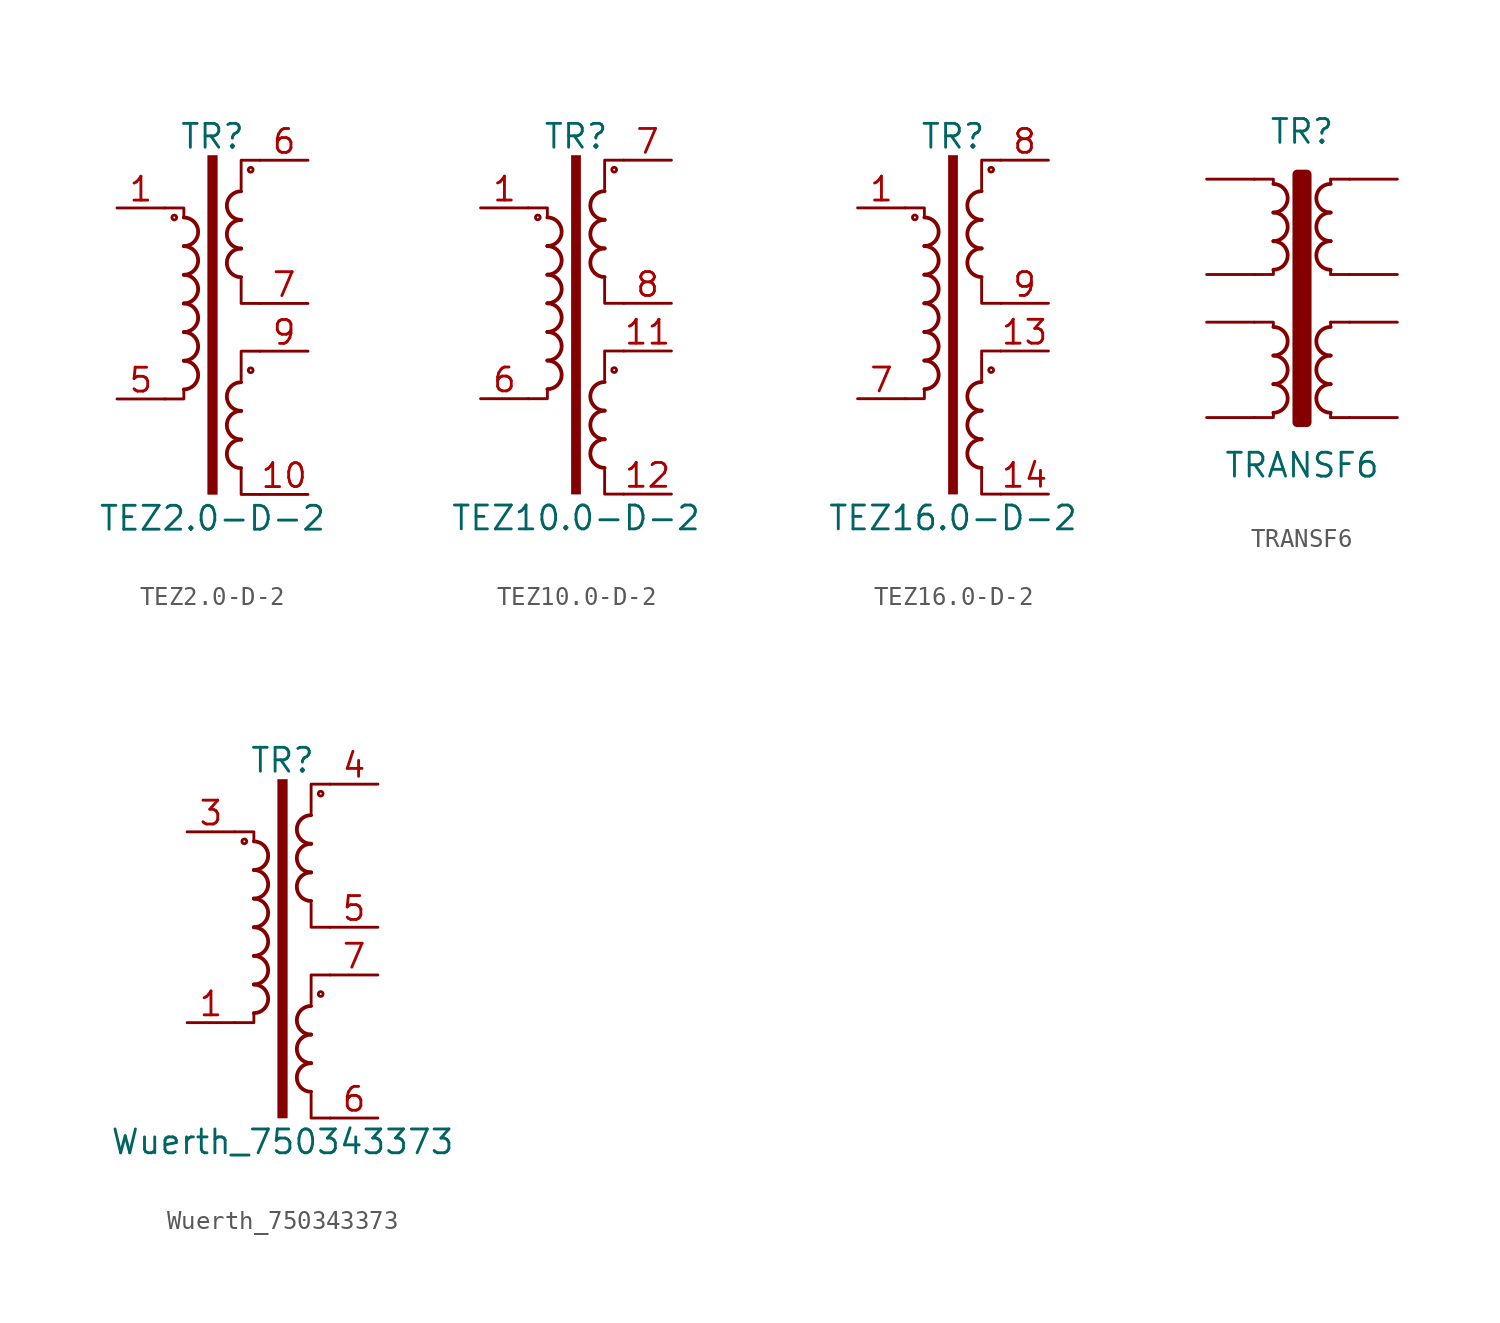
<source format=kicad_sym>
(kicad_symbol_lib
  (version 20241209)
  (generator "kicad_symbol_editor")
  (generator_version "9.0")
  (symbol "TEZ2.0-D-2"
    (pin_names
      (offset 0.025))
    (property "Reference" "TR"
      (at 0 8.89 0)
      (effects (font (size 1.27 1.27))))
    (property "Value" "TEZ2.0-D-2"
      (at 0 -11.43 0)
      (effects (font (size 1.27 1.27))))
    (symbol "TEZ2.0-D-2_0_1"
      (circle (center -2.032 4.572) (radius 0.127) (stroke (width 0) (type default)) (fill (type none)))
      (arc (start -1.524 4.572) (mid -0.7653 3.81) (end -1.524 3.048) (stroke (width 0.2032) (type default)) (fill (type none)))
      (arc (start -1.524 3.048) (mid -0.7653 2.286) (end -1.524 1.524) (stroke (width 0.2032) (type default)) (fill (type none)))
      (arc (start -1.524 1.524) (mid -0.7653 0.762) (end -1.524 0) (stroke (width 0.2032) (type default)) (fill (type none)))
      (arc (start -1.524 0) (mid -0.7653 -0.762) (end -1.524 -1.524) (stroke (width 0.2032) (type default)) (fill (type none)))
      (arc (start -1.524 -1.524) (mid -0.7653 -2.286) (end -1.524 -3.048) (stroke (width 0.2032) (type default)) (fill (type none)))
      (arc (start -1.524 -3.048) (mid -0.7653 -3.81) (end -1.524 -4.572) (stroke (width 0.2032) (type default)) (fill (type none)))
      (polyline (pts (xy -1.524 4.572) (xy -1.524 5.08) (xy -2.54 5.08)) (stroke (width 0) (type default)) (fill (type none)))
      (polyline (pts (xy -1.524 -4.572) (xy -1.524 -5.08) (xy -2.54 -5.08)) (stroke (width 0) (type default)) (fill (type none)))
      (rectangle (start -0.254 7.874) (end 0.254 -10.16) (stroke (width 0.025) (type default)) (fill (type outline)))
      (polyline (pts (xy 1.524 -8.89) (xy 1.524 -10.16) (xy 2.54 -10.16)) (stroke (width 0) (type default)) (fill (type none)))
      (arc (start 1.524 4.445) (mid 0.7653 5.207) (end 1.524 5.969) (stroke (width 0.2032) (type default)) (fill (type none)))
      (arc (start 1.524 2.921) (mid 0.7653 3.683) (end 1.524 4.445) (stroke (width 0.2032) (type default)) (fill (type none)))
      (arc (start 1.524 1.397) (mid 0.7653 2.159) (end 1.524 2.921) (stroke (width 0.2032) (type default)) (fill (type none)))
      (arc (start 1.524 -5.715) (mid 0.7653 -4.953) (end 1.524 -4.191) (stroke (width 0.2032) (type default)) (fill (type none)))
      (arc (start 1.524 -7.239) (mid 0.7653 -6.477) (end 1.524 -5.715) (stroke (width 0.2032) (type default)) (fill (type none)))
      (arc (start 1.524 -8.763) (mid 0.7653 -8.001) (end 1.524 -7.239) (stroke (width 0.2032) (type default)) (fill (type none)))
      (circle (center 2.032 7.112) (radius 0.127) (stroke (width 0) (type default)) (fill (type none)))
      (circle (center 2.032 -3.556) (radius 0.127) (stroke (width 0) (type default)) (fill (type none)))
      (polyline (pts (xy 2.54 7.62) (xy 1.524 7.62) (xy 1.524 6.096)) (stroke (width 0) (type default)) (fill (type none)))
      (polyline (pts (xy 2.54 0) (xy 1.524 0) (xy 1.524 1.27)) (stroke (width 0) (type default)) (fill (type none)))
      (polyline (pts (xy 2.54 -2.54) (xy 1.524 -2.54) (xy 1.524 -4.064)) (stroke (width 0) (type default)) (fill (type none))))
    (symbol "TEZ2.0-D-2_1_1"
      (pin passive line (at -5.08 5.08 0) (length 2.54) (name "~" (effects (font (size 1.27 1.27)))) (number "1" (effects (font (size 1.27 1.27)))))
      (pin passive line (at -5.08 -5.08 0) (length 2.54) (name "~" (effects (font (size 1.27 1.27)))) (number "5" (effects (font (size 1.27 1.27)))))
      (pin passive line (at 5.08 7.62 180) (length 2.54) (name "~" (effects (font (size 1.27 1.27)))) (number "6" (effects (font (size 1.27 1.27)))))
      (pin passive line (at 5.08 0 180) (length 2.54) (name "~" (effects (font (size 1.27 1.27)))) (number "7" (effects (font (size 1.27 1.27)))))
      (pin passive line (at 5.08 -2.54 180) (length 2.54) (name "~" (effects (font (size 1.27 1.27)))) (number "9" (effects (font (size 1.27 1.27)))))
      (pin passive line (at 5.08 -10.16 180) (length 2.54) (name "~" (effects (font (size 1.27 1.27)))) (number "10" (effects (font (size 1.27 1.27)))))))
  (symbol "TEZ10.0-D-2"
    (pin_names
      (offset 0.025))
    (property "Reference" "TR"
      (at 0 8.89 0)
      (effects (font (size 1.27 1.27))))
    (property "Value" "TEZ10.0-D-2"
      (at 0 -11.43 0)
      (effects (font (size 1.27 1.27))))
    (symbol "TEZ10.0-D-2_0_1"
      (circle (center -2.032 4.572) (radius 0.127) (stroke (width 0) (type default)) (fill (type none)))
      (arc (start -1.524 4.572) (mid -0.7653 3.81) (end -1.524 3.048) (stroke (width 0.2032) (type default)) (fill (type none)))
      (arc (start -1.524 3.048) (mid -0.7653 2.286) (end -1.524 1.524) (stroke (width 0.2032) (type default)) (fill (type none)))
      (arc (start -1.524 1.524) (mid -0.7653 0.762) (end -1.524 0) (stroke (width 0.2032) (type default)) (fill (type none)))
      (arc (start -1.524 0) (mid -0.7653 -0.762) (end -1.524 -1.524) (stroke (width 0.2032) (type default)) (fill (type none)))
      (arc (start -1.524 -1.524) (mid -0.7653 -2.286) (end -1.524 -3.048) (stroke (width 0.2032) (type default)) (fill (type none)))
      (arc (start -1.524 -3.048) (mid -0.7653 -3.81) (end -1.524 -4.572) (stroke (width 0.2032) (type default)) (fill (type none)))
      (polyline (pts (xy -1.524 4.572) (xy -1.524 5.08) (xy -2.54 5.08)) (stroke (width 0) (type default)) (fill (type none)))
      (polyline (pts (xy -1.524 -4.572) (xy -1.524 -5.08) (xy -2.54 -5.08)) (stroke (width 0) (type default)) (fill (type none)))
      (rectangle (start -0.254 7.874) (end 0.254 -10.16) (stroke (width 0.025) (type default)) (fill (type outline)))
      (polyline (pts (xy 1.524 -8.89) (xy 1.524 -10.16) (xy 2.54 -10.16)) (stroke (width 0) (type default)) (fill (type none)))
      (arc (start 1.524 4.445) (mid 0.7653 5.207) (end 1.524 5.969) (stroke (width 0.2032) (type default)) (fill (type none)))
      (arc (start 1.524 2.921) (mid 0.7653 3.683) (end 1.524 4.445) (stroke (width 0.2032) (type default)) (fill (type none)))
      (arc (start 1.524 1.397) (mid 0.7653 2.159) (end 1.524 2.921) (stroke (width 0.2032) (type default)) (fill (type none)))
      (arc (start 1.524 -5.715) (mid 0.7653 -4.953) (end 1.524 -4.191) (stroke (width 0.2032) (type default)) (fill (type none)))
      (arc (start 1.524 -7.239) (mid 0.7653 -6.477) (end 1.524 -5.715) (stroke (width 0.2032) (type default)) (fill (type none)))
      (arc (start 1.524 -8.763) (mid 0.7653 -8.001) (end 1.524 -7.239) (stroke (width 0.2032) (type default)) (fill (type none)))
      (circle (center 2.032 7.112) (radius 0.127) (stroke (width 0) (type default)) (fill (type none)))
      (circle (center 2.032 -3.556) (radius 0.127) (stroke (width 0) (type default)) (fill (type none)))
      (polyline (pts (xy 2.54 7.62) (xy 1.524 7.62) (xy 1.524 6.096)) (stroke (width 0) (type default)) (fill (type none)))
      (polyline (pts (xy 2.54 0) (xy 1.524 0) (xy 1.524 1.27)) (stroke (width 0) (type default)) (fill (type none)))
      (polyline (pts (xy 2.54 -2.54) (xy 1.524 -2.54) (xy 1.524 -4.064)) (stroke (width 0) (type default)) (fill (type none))))
    (symbol "TEZ10.0-D-2_1_1"
      (pin passive line (at -5.08 5.08 0) (length 2.54) (name "~" (effects (font (size 1.27 1.27)))) (number "1" (effects (font (size 1.27 1.27)))))
      (pin passive line (at -5.08 -5.08 0) (length 2.54) (name "~" (effects (font (size 1.27 1.27)))) (number "6" (effects (font (size 1.27 1.27)))))
      (pin passive line (at 5.08 7.62 180) (length 2.54) (name "~" (effects (font (size 1.27 1.27)))) (number "7" (effects (font (size 1.27 1.27)))))
      (pin passive line (at 5.08 0 180) (length 2.54) (name "~" (effects (font (size 1.27 1.27)))) (number "8" (effects (font (size 1.27 1.27)))))
      (pin passive line (at 5.08 -2.54 180) (length 2.54) (name "~" (effects (font (size 1.27 1.27)))) (number "11" (effects (font (size 1.27 1.27)))))
      (pin passive line (at 5.08 -10.16 180) (length 2.54) (name "~" (effects (font (size 1.27 1.27)))) (number "12" (effects (font (size 1.27 1.27)))))))
  (symbol "TEZ16.0-D-2"
    (pin_names
      (offset 0.025))
    (property "Reference" "TR"
      (at 0 8.89 0)
      (effects (font (size 1.27 1.27))))
    (property "Value" "TEZ16.0-D-2"
      (at 0 -11.43 0)
      (effects (font (size 1.27 1.27))))
    (symbol "TEZ16.0-D-2_0_1"
      (circle (center -2.032 4.572) (radius 0.127) (stroke (width 0) (type default)) (fill (type none)))
      (arc (start -1.524 4.572) (mid -0.7653 3.81) (end -1.524 3.048) (stroke (width 0.2032) (type default)) (fill (type none)))
      (arc (start -1.524 3.048) (mid -0.7653 2.286) (end -1.524 1.524) (stroke (width 0.2032) (type default)) (fill (type none)))
      (arc (start -1.524 1.524) (mid -0.7653 0.762) (end -1.524 0) (stroke (width 0.2032) (type default)) (fill (type none)))
      (arc (start -1.524 0) (mid -0.7653 -0.762) (end -1.524 -1.524) (stroke (width 0.2032) (type default)) (fill (type none)))
      (arc (start -1.524 -1.524) (mid -0.7653 -2.286) (end -1.524 -3.048) (stroke (width 0.2032) (type default)) (fill (type none)))
      (arc (start -1.524 -3.048) (mid -0.7653 -3.81) (end -1.524 -4.572) (stroke (width 0.2032) (type default)) (fill (type none)))
      (polyline (pts (xy -1.524 4.572) (xy -1.524 5.08) (xy -2.54 5.08)) (stroke (width 0) (type default)) (fill (type none)))
      (polyline (pts (xy -1.524 -4.572) (xy -1.524 -5.08) (xy -2.54 -5.08)) (stroke (width 0) (type default)) (fill (type none)))
      (rectangle (start -0.254 7.874) (end 0.254 -10.16) (stroke (width 0.025) (type default)) (fill (type outline)))
      (polyline (pts (xy 1.524 -8.89) (xy 1.524 -10.16) (xy 2.54 -10.16)) (stroke (width 0) (type default)) (fill (type none)))
      (arc (start 1.524 4.445) (mid 0.7653 5.207) (end 1.524 5.969) (stroke (width 0.2032) (type default)) (fill (type none)))
      (arc (start 1.524 2.921) (mid 0.7653 3.683) (end 1.524 4.445) (stroke (width 0.2032) (type default)) (fill (type none)))
      (arc (start 1.524 1.397) (mid 0.7653 2.159) (end 1.524 2.921) (stroke (width 0.2032) (type default)) (fill (type none)))
      (arc (start 1.524 -5.715) (mid 0.7653 -4.953) (end 1.524 -4.191) (stroke (width 0.2032) (type default)) (fill (type none)))
      (arc (start 1.524 -7.239) (mid 0.7653 -6.477) (end 1.524 -5.715) (stroke (width 0.2032) (type default)) (fill (type none)))
      (arc (start 1.524 -8.763) (mid 0.7653 -8.001) (end 1.524 -7.239) (stroke (width 0.2032) (type default)) (fill (type none)))
      (circle (center 2.032 7.112) (radius 0.127) (stroke (width 0) (type default)) (fill (type none)))
      (circle (center 2.032 -3.556) (radius 0.127) (stroke (width 0) (type default)) (fill (type none)))
      (polyline (pts (xy 2.54 7.62) (xy 1.524 7.62) (xy 1.524 6.096)) (stroke (width 0) (type default)) (fill (type none)))
      (polyline (pts (xy 2.54 0) (xy 1.524 0) (xy 1.524 1.27)) (stroke (width 0) (type default)) (fill (type none)))
      (polyline (pts (xy 2.54 -2.54) (xy 1.524 -2.54) (xy 1.524 -4.064)) (stroke (width 0) (type default)) (fill (type none))))
    (symbol "TEZ16.0-D-2_1_1"
      (pin passive line (at -5.08 5.08 0) (length 2.54) (name "~" (effects (font (size 1.27 1.27)))) (number "1" (effects (font (size 1.27 1.27)))))
      (pin passive line (at -5.08 -5.08 0) (length 2.54) (name "~" (effects (font (size 1.27 1.27)))) (number "7" (effects (font (size 1.27 1.27)))))
      (pin passive line (at 5.08 7.62 180) (length 2.54) (name "~" (effects (font (size 1.27 1.27)))) (number "8" (effects (font (size 1.27 1.27)))))
      (pin passive line (at 5.08 0 180) (length 2.54) (name "~" (effects (font (size 1.27 1.27)))) (number "9" (effects (font (size 1.27 1.27)))))
      (pin passive line (at 5.08 -2.54 180) (length 2.54) (name "~" (effects (font (size 1.27 1.27)))) (number "13" (effects (font (size 1.27 1.27)))))
      (pin passive line (at 5.08 -10.16 180) (length 2.54) (name "~" (effects (font (size 1.27 1.27)))) (number "14" (effects (font (size 1.27 1.27)))))))
  (symbol "TRANSF6"
    (pin_numbers
      (hide yes))
    (pin_names
      (offset 0))
    (property "Reference" "TR"
      (at 0 10.16 0)
      (effects (font (size 1.27 1.27))))
    (property "Value" "TRANSF6"
      (at 0 -7.62 0)
      (effects (font (size 1.27 1.27))))
    (symbol "TRANSF6_0_1"
      (arc (start -1.524 7.366) (mid -0.7653 6.604) (end -1.524 5.842) (stroke (width 0.2032) (type default)) (fill (type none)))
      (arc (start -1.524 5.842) (mid -0.7653 5.08) (end -1.524 4.318) (stroke (width 0.2032) (type default)) (fill (type none)))
      (arc (start -1.524 4.318) (mid -0.7653 3.556) (end -1.524 2.794) (stroke (width 0.2032) (type default)) (fill (type none)))
      (arc (start -1.524 -0.254) (mid -0.7653 -1.016) (end -1.524 -1.778) (stroke (width 0.2032) (type default)) (fill (type none)))
      (arc (start -1.524 -1.778) (mid -0.7653 -2.54) (end -1.524 -3.302) (stroke (width 0.2032) (type default)) (fill (type none)))
      (arc (start -1.524 -3.302) (mid -0.7653 -4.064) (end -1.524 -4.826) (stroke (width 0.2032) (type default)) (fill (type none)))
      (polyline (pts (xy -1.524 7.366) (xy -1.524 7.62) (xy -2.54 7.62)) (stroke (width 0) (type default)) (fill (type none)))
      (polyline (pts (xy -1.524 2.794) (xy -1.524 2.54) (xy -2.54 2.54)) (stroke (width 0) (type default)) (fill (type none)))
      (polyline (pts (xy -1.524 -0.254) (xy -1.524 0) (xy -2.54 0)) (stroke (width 0) (type default)) (fill (type none)))
      (polyline (pts (xy -1.524 -4.826) (xy -1.524 -5.08) (xy -2.54 -5.08)) (stroke (width 0) (type default)) (fill (type none)))
      (rectangle (start -0.254 7.874) (end 0.254 -5.334) (stroke (width 0.508) (type default)) (fill (type outline)))
      (polyline (pts (xy 1.524 7.62) (xy 1.524 7.366)) (stroke (width 0) (type default)) (fill (type outline)))
      (polyline (pts (xy 1.524 7.62) (xy 2.54 7.62)) (stroke (width 0) (type default)) (fill (type none)))
      (polyline (pts (xy 1.524 2.54) (xy 1.524 2.794)) (stroke (width 0) (type default)) (fill (type outline)))
      (polyline (pts (xy 1.524 2.54) (xy 2.54 2.54)) (stroke (width 0) (type default)) (fill (type none)))
      (polyline (pts (xy 1.524 0) (xy 1.524 -0.254)) (stroke (width 0) (type default)) (fill (type outline)))
      (polyline (pts (xy 1.524 0) (xy 2.54 0)) (stroke (width 0) (type default)) (fill (type none)))
      (polyline (pts (xy 1.524 -4.826) (xy 1.524 -5.08)) (stroke (width 0) (type default)) (fill (type outline)))
      (arc (start 1.524 5.842) (mid 0.7653 6.604) (end 1.524 7.366) (stroke (width 0.2032) (type default)) (fill (type none)))
      (arc (start 1.524 4.318) (mid 0.7653 5.08) (end 1.524 5.842) (stroke (width 0.2032) (type default)) (fill (type none)))
      (arc (start 1.524 2.794) (mid 0.7653 3.556) (end 1.524 4.318) (stroke (width 0.2032) (type default)) (fill (type none)))
      (arc (start 1.524 -1.778) (mid 0.7653 -1.016) (end 1.524 -0.254) (stroke (width 0.2032) (type default)) (fill (type none)))
      (arc (start 1.524 -3.302) (mid 0.7653 -2.54) (end 1.524 -1.778) (stroke (width 0.2032) (type default)) (fill (type none)))
      (arc (start 1.524 -4.826) (mid 0.7653 -4.064) (end 1.524 -3.302) (stroke (width 0.2032) (type default)) (fill (type none)))
      (polyline (pts (xy 2.54 -5.08) (xy 1.524 -5.08)) (stroke (width 0) (type default)) (fill (type none))))
    (symbol "TRANSF6_1_1"
      (pin passive line (at -5.08 7.62 0) (length 2.54) (name "~" (effects (font (size 1.27 1.27)))) (number "1" (effects (font (size 1.27 1.27)))))
      (pin passive line (at -5.08 2.54 0) (length 2.54) (name "~" (effects (font (size 1.27 1.27)))) (number "2" (effects (font (size 1.27 1.27)))))
      (pin passive line (at -5.08 0 0) (length 2.54) (name "~" (effects (font (size 1.27 1.27)))) (number "3" (effects (font (size 1.27 1.27)))))
      (pin passive line (at -5.08 -5.08 0) (length 2.54) (name "~" (effects (font (size 1.27 1.27)))) (number "4" (effects (font (size 1.27 1.27)))))
      (pin passive line (at 5.08 7.62 180) (length 2.54) (name "~" (effects (font (size 1.27 1.27)))) (number "8" (effects (font (size 1.27 1.27)))))
      (pin passive line (at 5.08 2.54 180) (length 2.54) (name "~" (effects (font (size 1.27 1.27)))) (number "7" (effects (font (size 1.27 1.27)))))
      (pin passive line (at 5.08 0 180) (length 2.54) (name "~" (effects (font (size 1.27 1.27)))) (number "6" (effects (font (size 1.27 1.27)))))
      (pin passive line (at 5.08 -5.08 180) (length 2.54) (name "~" (effects (font (size 1.27 1.27)))) (number "5" (effects (font (size 1.27 1.27)))))))
  (symbol "Wuerth_750343373"
    (property "Reference" "TR"
      (at 0 8.89 0)
      (effects (font (size 1.27 1.27))))
    (property "Value" "Wuerth_750343373"
      (at 0 -11.43 0)
      (effects (font (size 1.27 1.27))))
    (symbol "Wuerth_750343373_0_1"
      (circle (center -2.032 4.572) (radius 0.127) (stroke (width 0) (type default)) (fill (type none)))
      (arc (start -1.524 4.572) (mid -0.7653 3.81) (end -1.524 3.048) (stroke (width 0.2032) (type default)) (fill (type none)))
      (arc (start -1.524 3.048) (mid -0.7653 2.286) (end -1.524 1.524) (stroke (width 0.2032) (type default)) (fill (type none)))
      (arc (start -1.524 1.524) (mid -0.7653 0.762) (end -1.524 0) (stroke (width 0.2032) (type default)) (fill (type none)))
      (arc (start -1.524 0) (mid -0.7653 -0.762) (end -1.524 -1.524) (stroke (width 0.2032) (type default)) (fill (type none)))
      (arc (start -1.524 -1.524) (mid -0.7653 -2.286) (end -1.524 -3.048) (stroke (width 0.2032) (type default)) (fill (type none)))
      (arc (start -1.524 -3.048) (mid -0.7653 -3.81) (end -1.524 -4.572) (stroke (width 0.2032) (type default)) (fill (type none)))
      (polyline (pts (xy -1.524 4.572) (xy -1.524 5.08) (xy -2.54 5.08)) (stroke (width 0) (type default)) (fill (type none)))
      (polyline (pts (xy -1.524 -4.572) (xy -1.524 -5.08) (xy -2.54 -5.08)) (stroke (width 0) (type default)) (fill (type none)))
      (rectangle (start -0.254 7.874) (end 0.254 -10.16) (stroke (width 0.025) (type default)) (fill (type outline)))
      (polyline (pts (xy 1.524 -8.89) (xy 1.524 -10.16) (xy 2.54 -10.16)) (stroke (width 0) (type default)) (fill (type none)))
      (arc (start 1.524 4.445) (mid 0.7653 5.207) (end 1.524 5.969) (stroke (width 0.2032) (type default)) (fill (type none)))
      (arc (start 1.524 2.921) (mid 0.7653 3.683) (end 1.524 4.445) (stroke (width 0.2032) (type default)) (fill (type none)))
      (arc (start 1.524 1.397) (mid 0.7653 2.159) (end 1.524 2.921) (stroke (width 0.2032) (type default)) (fill (type none)))
      (arc (start 1.524 -5.715) (mid 0.7653 -4.953) (end 1.524 -4.191) (stroke (width 0.2032) (type default)) (fill (type none)))
      (arc (start 1.524 -7.239) (mid 0.7653 -6.477) (end 1.524 -5.715) (stroke (width 0.2032) (type default)) (fill (type none)))
      (arc (start 1.524 -8.763) (mid 0.7653 -8.001) (end 1.524 -7.239) (stroke (width 0.2032) (type default)) (fill (type none)))
      (circle (center 2.032 7.112) (radius 0.127) (stroke (width 0) (type default)) (fill (type none)))
      (circle (center 2.032 -3.556) (radius 0.127) (stroke (width 0) (type default)) (fill (type none)))
      (polyline (pts (xy 2.54 7.62) (xy 1.524 7.62) (xy 1.524 6.096)) (stroke (width 0) (type default)) (fill (type none)))
      (polyline (pts (xy 2.54 0) (xy 1.524 0) (xy 1.524 1.27)) (stroke (width 0) (type default)) (fill (type none)))
      (polyline (pts (xy 2.54 -2.54) (xy 1.524 -2.54) (xy 1.524 -4.064)) (stroke (width 0) (type default)) (fill (type none))))
    (symbol "Wuerth_750343373_1_1"
      (pin passive line (at -5.08 5.08 0) (length 2.54) (name "~" (effects (font (size 1.27 1.27)))) (number "3" (effects (font (size 1.27 1.27)))))
      (pin passive line (at -5.08 -5.08 0) (length 2.54) (name "~" (effects (font (size 1.27 1.27)))) (number "1" (effects (font (size 1.27 1.27)))))
      (pin no_connect line (at 0 2.54 180) (length 2.54) (hide yes) (name "~" (effects (font (size 1.27 1.27)))) (number "2" (effects (font (size 1.27 1.27)))))
      (pin no_connect line (at 0 0 180) (length 2.54) (hide yes) (name "~" (effects (font (size 1.27 1.27)))) (number "8" (effects (font (size 1.27 1.27)))))
      (pin no_connect line (at 0 -2.54 180) (length 2.54) (hide yes) (name "~" (effects (font (size 1.27 1.27)))) (number "9" (effects (font (size 1.27 1.27)))))
      (pin no_connect line (at 0 -7.62 0) (length 2.54) (hide yes) (name "~" (effects (font (size 1.27 1.27)))) (number "10" (effects (font (size 1.27 1.27)))))
      (pin passive line (at 5.08 7.62 180) (length 2.54) (name "~" (effects (font (size 1.27 1.27)))) (number "4" (effects (font (size 1.27 1.27)))))
      (pin passive line (at 5.08 0 180) (length 2.54) (name "~" (effects (font (size 1.27 1.27)))) (number "5" (effects (font (size 1.27 1.27)))))
      (pin passive line (at 5.08 -2.54 180) (length 2.54) (name "~" (effects (font (size 1.27 1.27)))) (number "7" (effects (font (size 1.27 1.27)))))
      (pin passive line (at 5.08 -10.16 180) (length 2.54) (name "~" (effects (font (size 1.27 1.27)))) (number "6" (effects (font (size 1.27 1.27))))))))
</source>
